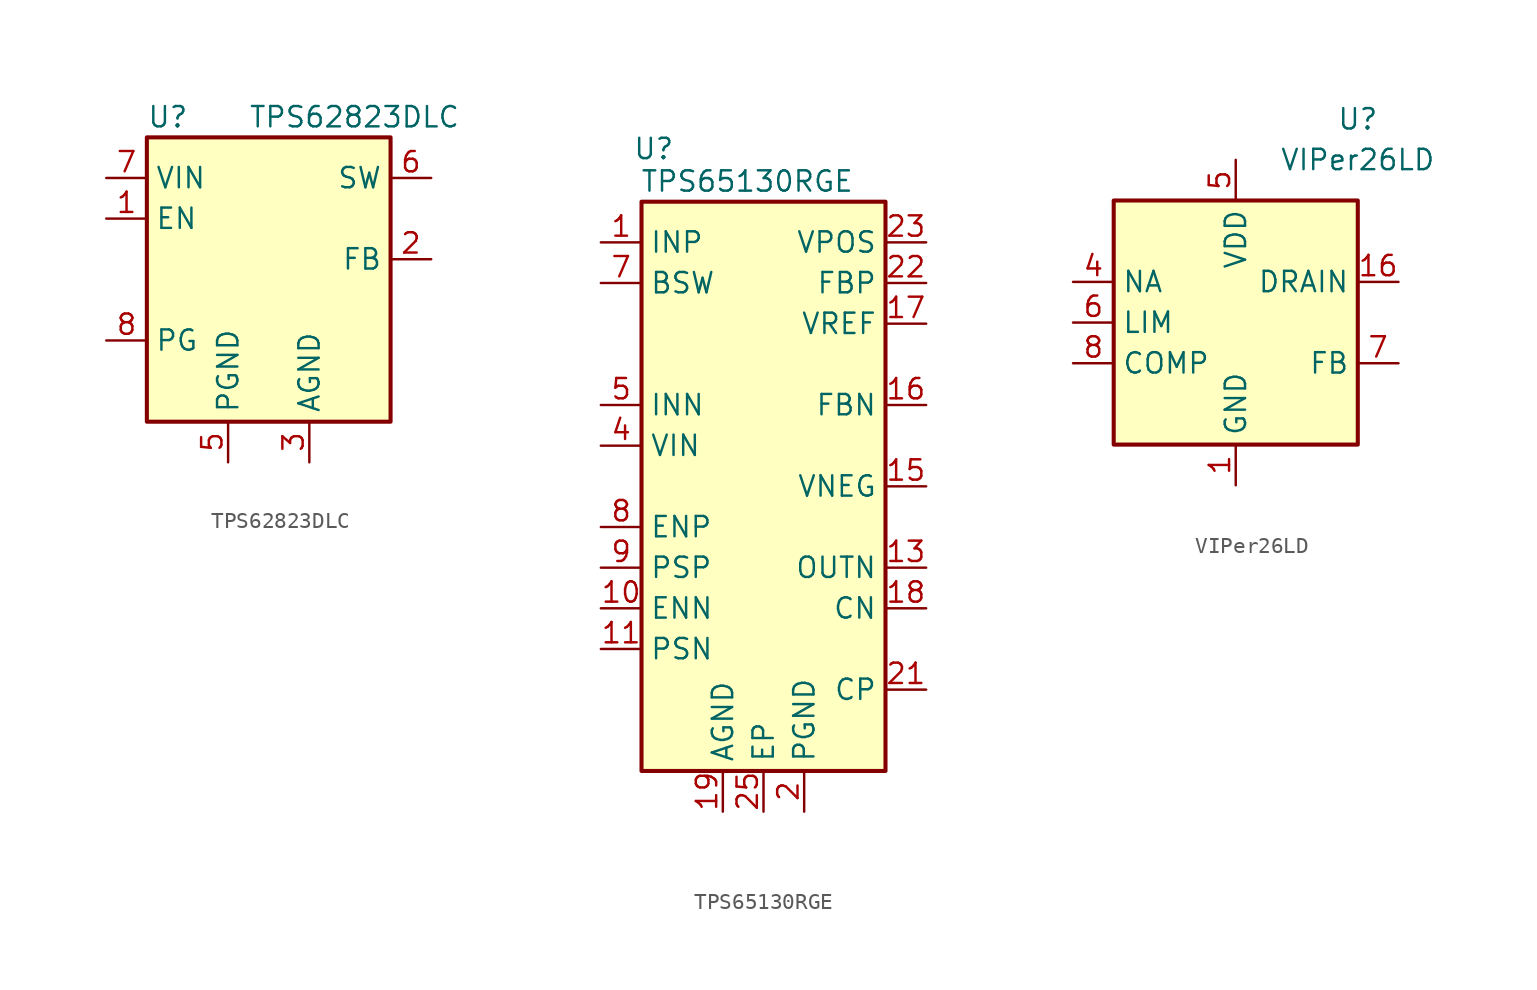
<source format=kicad_sym>
(kicad_symbol_lib
  (version 20201005)
  (generator kicad_symbol_editor)
  (symbol "Regulator_Switching:TPS62823DLC"
    (property "Reference" "U"
      (at -7.62 11.43 0)
      (effects (font (size 1.27 1.27)) (justify left)))
    (property "Value" "TPS62823DLC"
      (at -1.27 11.43 0)
      (effects (font (size 1.27 1.27)) (justify left)))
    (symbol "TPS62823DLC_0_1"
      (rectangle (start -7.62 10.16) (end 7.62 -7.62) (stroke (width 0.254)) (fill (type background))))
    (symbol "TPS62823DLC_1_1"
      (pin input line (at -10.16 5.08 0) (length 2.54) (name "EN" (effects (font (size 1.27 1.27)))) (number "1" (effects (font (size 1.27 1.27)))))
      (pin input line (at 10.16 2.54 180) (length 2.54) (name "FB" (effects (font (size 1.27 1.27)))) (number "2" (effects (font (size 1.27 1.27)))))
      (pin power_in line (at 2.54 -10.16 90) (length 2.54) (name "AGND" (effects (font (size 1.27 1.27)))) (number "3" (effects (font (size 1.27 1.27)))))
      (pin no_connect line (at 7.62 5.08 180) (length 2.54) hide (name "NC" (effects (font (size 1.27 1.27)))) (number "4" (effects (font (size 1.27 1.27)))))
      (pin power_in line (at -2.54 -10.16 90) (length 2.54) (name "PGND" (effects (font (size 1.27 1.27)))) (number "5" (effects (font (size 1.27 1.27)))))
      (pin power_out line (at 10.16 7.62 180) (length 2.54) (name "SW" (effects (font (size 1.27 1.27)))) (number "6" (effects (font (size 1.27 1.27)))))
      (pin power_in line (at -10.16 7.62 0) (length 2.54) (name "VIN" (effects (font (size 1.27 1.27)))) (number "7" (effects (font (size 1.27 1.27)))))
      (pin open_collector line (at -10.16 -2.54 0) (length 2.54) (name "PG" (effects (font (size 1.27 1.27)))) (number "8" (effects (font (size 1.27 1.27)))))))
  (symbol "Regulator_Switching:TPS65130RGE"
    (property "Reference" "U"
      (at -6.858 21.082 0)
      (effects (font (size 1.27 1.27))))
    (property "Value" "TPS65130RGE"
      (at -1.016 19.05 0)
      (effects (font (size 1.27 1.27))))
    (symbol "TPS65130RGE_0_1"
      (rectangle (start -7.62 17.78) (end 7.62 -17.78) (stroke (width 0.254)) (fill (type background))))
    (symbol "TPS65130RGE_1_1"
      (pin input line (at -10.16 15.24 0) (length 2.54) (name "INP" (effects (font (size 1.27 1.27)))) (number "1" (effects (font (size 1.27 1.27)))))
      (pin input line (at -10.16 -7.62 0) (length 2.54) (name "ENN" (effects (font (size 1.27 1.27)))) (number "10" (effects (font (size 1.27 1.27)))))
      (pin input line (at -10.16 -10.16 0) (length 2.54) (name "PSN" (effects (font (size 1.27 1.27)))) (number "11" (effects (font (size 1.27 1.27)))))
      (pin no_connect line (at -7.62 7.62 0) (length 2.54) hide (name "NC" (effects (font (size 1.27 1.27)))) (number "12" (effects (font (size 1.27 1.27)))))
      (pin output line (at 10.16 -5.08 180) (length 2.54) (name "OUTN" (effects (font (size 1.27 1.27)))) (number "13" (effects (font (size 1.27 1.27)))))
      (pin passive line (at 10.16 -5.08 180) (length 2.54) hide (name "OUTN" (effects (font (size 1.27 1.27)))) (number "14" (effects (font (size 1.27 1.27)))))
      (pin input line (at 10.16 0 180) (length 2.54) (name "VNEG" (effects (font (size 1.27 1.27)))) (number "15" (effects (font (size 1.27 1.27)))))
      (pin input line (at 10.16 5.08 180) (length 2.54) (name "FBN" (effects (font (size 1.27 1.27)))) (number "16" (effects (font (size 1.27 1.27)))))
      (pin output line (at 10.16 10.16 180) (length 2.54) (name "VREF" (effects (font (size 1.27 1.27)))) (number "17" (effects (font (size 1.27 1.27)))))
      (pin passive line (at 10.16 -7.62 180) (length 2.54) (name "CN" (effects (font (size 1.27 1.27)))) (number "18" (effects (font (size 1.27 1.27)))))
      (pin power_in line (at -2.54 -20.32 90) (length 2.54) (name "AGND" (effects (font (size 1.27 1.27)))) (number "19" (effects (font (size 1.27 1.27)))))
      (pin power_in line (at 2.54 -20.32 90) (length 2.54) (name "PGND" (effects (font (size 1.27 1.27)))) (number "2" (effects (font (size 1.27 1.27)))))
      (pin no_connect line (at -7.62 10.16 0) (length 2.54) hide (name "NC" (effects (font (size 1.27 1.27)))) (number "20" (effects (font (size 1.27 1.27)))))
      (pin passive line (at 10.16 -12.7 180) (length 2.54) (name "CP" (effects (font (size 1.27 1.27)))) (number "21" (effects (font (size 1.27 1.27)))))
      (pin input line (at 10.16 12.7 180) (length 2.54) (name "FBP" (effects (font (size 1.27 1.27)))) (number "22" (effects (font (size 1.27 1.27)))))
      (pin input line (at 10.16 15.24 180) (length 2.54) (name "VPOS" (effects (font (size 1.27 1.27)))) (number "23" (effects (font (size 1.27 1.27)))))
      (pin input line (at -10.16 15.24 0) (length 2.54) hide (name "INP" (effects (font (size 1.27 1.27)))) (number "24" (effects (font (size 1.27 1.27)))))
      (pin passive line (at 0 -20.32 90) (length 2.54) (name "EP" (effects (font (size 1.27 1.27)))) (number "25" (effects (font (size 1.27 1.27)))))
      (pin passive line (at 2.54 -20.32 90) (length 2.54) hide (name "PGND" (effects (font (size 1.27 1.27)))) (number "3" (effects (font (size 1.27 1.27)))))
      (pin power_in line (at -10.16 2.54 0) (length 2.54) (name "VIN" (effects (font (size 1.27 1.27)))) (number "4" (effects (font (size 1.27 1.27)))))
      (pin input line (at -10.16 5.08 0) (length 2.54) (name "INN" (effects (font (size 1.27 1.27)))) (number "5" (effects (font (size 1.27 1.27)))))
      (pin input line (at -10.16 5.08 0) (length 2.54) hide (name "INN" (effects (font (size 1.27 1.27)))) (number "6" (effects (font (size 1.27 1.27)))))
      (pin output line (at -10.16 12.7 0) (length 2.54) (name "BSW" (effects (font (size 1.27 1.27)))) (number "7" (effects (font (size 1.27 1.27)))))
      (pin input line (at -10.16 -2.54 0) (length 2.54) (name "ENP" (effects (font (size 1.27 1.27)))) (number "8" (effects (font (size 1.27 1.27)))))
      (pin input line (at -10.16 -5.08 0) (length 2.54) (name "PSP" (effects (font (size 1.27 1.27)))) (number "9" (effects (font (size 1.27 1.27)))))))
  (symbol "Regulator_Switching:VIPer26LD"
    (property "Reference" "U"
      (at 7.62 12.7 0)
      (effects (font (size 1.27 1.27))))
    (property "Value" "VIPer26LD"
      (at 7.62 10.16 0)
      (effects (font (size 1.27 1.27))))
    (symbol "VIPer26LD_0_1"
      (rectangle (start -7.62 -7.62) (end 7.62 7.62) (stroke (width 0.254)) (fill (type background))))
    (symbol "VIPer26LD_1_1"
      (pin power_in line (at 0 -10.16 90) (length 2.54) (name "GND" (effects (font (size 1.27 1.27)))) (number "1" (effects (font (size 1.27 1.27)))))
      (pin no_connect line (at 7.62 -5.08 180) (length 2.54) hide (name "NC" (effects (font (size 1.27 1.27)))) (number "10" (effects (font (size 1.27 1.27)))))
      (pin no_connect line (at 7.62 0 180) (length 2.54) hide (name "NC" (effects (font (size 1.27 1.27)))) (number "11" (effects (font (size 1.27 1.27)))))
      (pin no_connect line (at 7.62 5.08 180) (length 2.54) hide (name "NC" (effects (font (size 1.27 1.27)))) (number "12" (effects (font (size 1.27 1.27)))))
      (pin passive line (at 10.16 2.54 180) (length 2.54) hide (name "DRAIN" (effects (font (size 1.27 1.27)))) (number "13" (effects (font (size 1.27 1.27)))))
      (pin passive line (at 10.16 2.54 180) (length 2.54) hide (name "DRAIN" (effects (font (size 1.27 1.27)))) (number "14" (effects (font (size 1.27 1.27)))))
      (pin passive line (at 10.16 2.54 180) (length 2.54) hide (name "DRAIN" (effects (font (size 1.27 1.27)))) (number "15" (effects (font (size 1.27 1.27)))))
      (pin passive line (at 10.16 2.54 180) (length 2.54) (name "DRAIN" (effects (font (size 1.27 1.27)))) (number "16" (effects (font (size 1.27 1.27)))))
      (pin passive line (at 0 -10.16 90) (length 2.54) hide (name "GND" (effects (font (size 1.27 1.27)))) (number "2" (effects (font (size 1.27 1.27)))))
      (pin no_connect line (at -7.62 5.08 0) (length 2.54) hide (name "NC" (effects (font (size 1.27 1.27)))) (number "3" (effects (font (size 1.27 1.27)))))
      (pin passive line (at -10.16 2.54 0) (length 2.54) (name "NA" (effects (font (size 1.27 1.27)))) (number "4" (effects (font (size 1.27 1.27)))))
      (pin power_in line (at 0 10.16 270) (length 2.54) (name "VDD" (effects (font (size 1.27 1.27)))) (number "5" (effects (font (size 1.27 1.27)))))
      (pin passive line (at -10.16 0 0) (length 2.54) (name "LIM" (effects (font (size 1.27 1.27)))) (number "6" (effects (font (size 1.27 1.27)))))
      (pin input line (at 10.16 -2.54 180) (length 2.54) (name "FB" (effects (font (size 1.27 1.27)))) (number "7" (effects (font (size 1.27 1.27)))))
      (pin passive line (at -10.16 -2.54 0) (length 2.54) (name "COMP" (effects (font (size 1.27 1.27)))) (number "8" (effects (font (size 1.27 1.27)))))
      (pin no_connect line (at -7.62 -5.08 0) (length 2.54) hide (name "NC" (effects (font (size 1.27 1.27)))) (number "9" (effects (font (size 1.27 1.27))))))))
</source>
